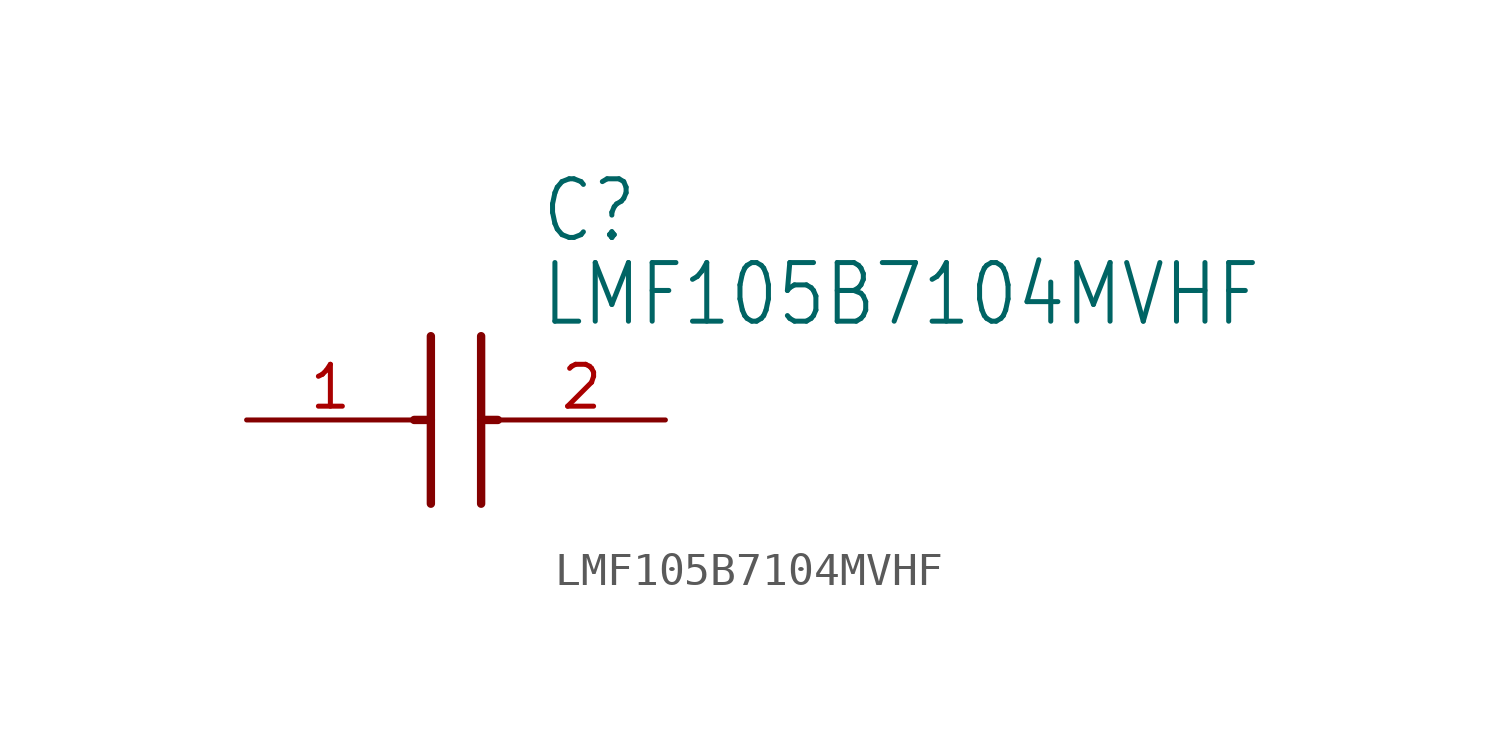
<source format=kicad_sym>
(kicad_symbol_lib
  (version 20211014)
  (generator kicad_symbol_editor)
  (symbol "LMF105B7104MVHF"
    (property "Reference" "C"
      (at 8.89 6.35 0)
      (effects (font (size 1.778 1.511)) (justify left)))
    (property "Value" "LMF105B7104MVHF"
      (at 8.89 3.81 0)
      (effects (font (size 1.778 1.511)) (justify left)))
    (property "ki_locked" ""
      (at 0 0 0)
      (effects (font (size 1.27 1.27))))
    (symbol "LMF105B7104MVHF_1_0"
      (polyline (pts (xy 5.08 0) (xy 5.588 0)) (stroke (width 0.254) (type default) (color 0 0 0 0)) (fill (type none)))
      (polyline (pts (xy 5.588 2.54) (xy 5.588 -2.54)) (stroke (width 0.254) (type default) (color 0 0 0 0)) (fill (type none)))
      (polyline (pts (xy 7.112 0) (xy 7.62 0)) (stroke (width 0.254) (type default) (color 0 0 0 0)) (fill (type none)))
      (polyline (pts (xy 7.112 2.54) (xy 7.112 -2.54)) (stroke (width 0.254) (type default) (color 0 0 0 0)) (fill (type none)))
      (pin bidirectional line (at 0 0 0) (length 5.08) (name "+" (effects (font (size 0 0)))) (number "1" (effects (font (size 1.27 1.27)))))
      (pin bidirectional line (at 12.7 0 180) (length 5.08) (name "-" (effects (font (size 0 0)))) (number "2" (effects (font (size 1.27 1.27))))))))
</source>
